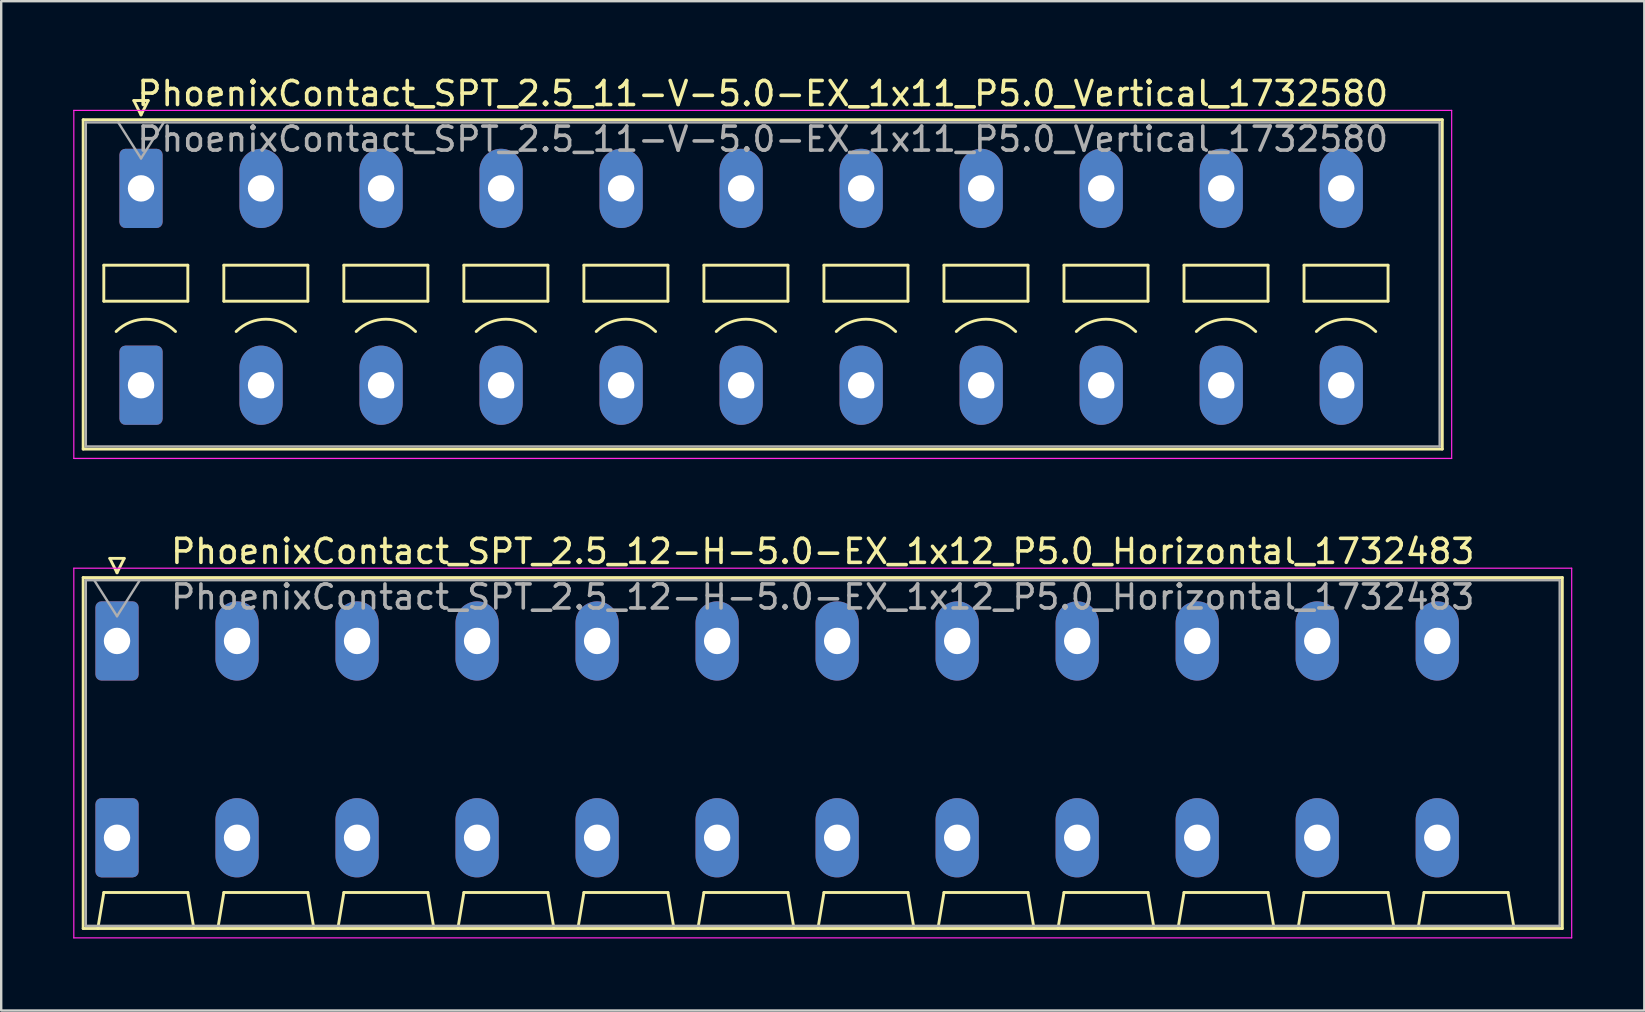
<source format=kicad_pcb>
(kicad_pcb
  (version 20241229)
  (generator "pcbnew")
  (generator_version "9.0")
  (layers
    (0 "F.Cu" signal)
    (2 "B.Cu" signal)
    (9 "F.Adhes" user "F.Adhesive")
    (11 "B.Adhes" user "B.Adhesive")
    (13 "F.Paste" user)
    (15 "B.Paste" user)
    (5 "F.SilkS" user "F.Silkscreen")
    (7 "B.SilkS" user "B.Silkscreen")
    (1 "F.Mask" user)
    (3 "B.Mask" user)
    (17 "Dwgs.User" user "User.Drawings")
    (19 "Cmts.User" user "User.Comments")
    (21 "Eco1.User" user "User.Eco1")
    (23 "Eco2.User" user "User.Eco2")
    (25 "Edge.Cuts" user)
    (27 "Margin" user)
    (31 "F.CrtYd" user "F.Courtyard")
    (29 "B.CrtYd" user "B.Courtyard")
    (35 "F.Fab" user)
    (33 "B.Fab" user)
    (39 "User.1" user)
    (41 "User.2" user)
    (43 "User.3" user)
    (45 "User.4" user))
  (footprint "PhoenixContact_SPT_2.5_12-H-5.0-EX_1x12_P5.0_Horizontal_1732483"
    (layer "F.Cu")
    (at 1.825 23.651)
    (property "Reference" "PhoenixContact_SPT_2.5_12-H-5.0-EX_1x12_P5.0_Horizontal_1732483" (at 29.4 -3.73 0) (layer "F.SilkS") (effects (font (size 1 1) (thickness 0.15))))
    (attr through_hole)
    (fp_line (start -1.41 -2.64) (end 60.21 -2.64) (stroke (width 0.12) (type solid)) (layer "F.SilkS"))
    (fp_line (start -1.41 11.98) (end -1.41 -2.64) (stroke (width 0.12) (type solid)) (layer "F.SilkS"))
    (fp_line (start -0.8 11.98) (end -0.55 10.48) (stroke (width 0.12) (type solid)) (layer "F.SilkS"))
    (fp_line (start -0.55 10.48) (end 2.95 10.48) (stroke (width 0.12) (type solid)) (layer "F.SilkS"))
    (fp_line (start -0.3 -3.44) (end 0 -2.84) (stroke (width 0.12) (type solid)) (layer "F.SilkS"))
    (fp_line (start -0.3 -3.44) (end 0.3 -3.44) (stroke (width 0.12) (type solid)) (layer "F.SilkS"))
    (fp_line (start 0.3 -3.44) (end 0 -2.84) (stroke (width 0.12) (type solid)) (layer "F.SilkS"))
    (fp_line (start 3.2 11.98) (end 2.95 10.48) (stroke (width 0.12) (type solid)) (layer "F.SilkS"))
    (fp_line (start 4.2 11.98) (end 4.45 10.48) (stroke (width 0.12) (type solid)) (layer "F.SilkS"))
    (fp_line (start 4.45 10.48) (end 7.95 10.48) (stroke (width 0.12) (type solid)) (layer "F.SilkS"))
    (fp_line (start 8.2 11.98) (end 7.95 10.48) (stroke (width 0.12) (type solid)) (layer "F.SilkS"))
    (fp_line (start 9.2 11.98) (end 9.45 10.48) (stroke (width 0.12) (type solid)) (layer "F.SilkS"))
    (fp_line (start 9.45 10.48) (end 12.95 10.48) (stroke (width 0.12) (type solid)) (layer "F.SilkS"))
    (fp_line (start 13.2 11.98) (end 12.95 10.48) (stroke (width 0.12) (type solid)) (layer "F.SilkS"))
    (fp_line (start 14.2 11.98) (end 14.45 10.48) (stroke (width 0.12) (type solid)) (layer "F.SilkS"))
    (fp_line (start 14.45 10.48) (end 17.95 10.48) (stroke (width 0.12) (type solid)) (layer "F.SilkS"))
    (fp_line (start 18.2 11.98) (end 17.95 10.48) (stroke (width 0.12) (type solid)) (layer "F.SilkS"))
    (fp_line (start 19.2 11.98) (end 19.45 10.48) (stroke (width 0.12) (type solid)) (layer "F.SilkS"))
    (fp_line (start 19.45 10.48) (end 22.95 10.48) (stroke (width 0.12) (type solid)) (layer "F.SilkS"))
    (fp_line (start 23.2 11.98) (end 22.95 10.48) (stroke (width 0.12) (type solid)) (layer "F.SilkS"))
    (fp_line (start 24.2 11.98) (end 24.45 10.48) (stroke (width 0.12) (type solid)) (layer "F.SilkS"))
    (fp_line (start 24.45 10.48) (end 27.95 10.48) (stroke (width 0.12) (type solid)) (layer "F.SilkS"))
    (fp_line (start 28.2 11.98) (end 27.95 10.48) (stroke (width 0.12) (type solid)) (layer "F.SilkS"))
    (fp_line (start 29.2 11.98) (end 29.45 10.48) (stroke (width 0.12) (type solid)) (layer "F.SilkS"))
    (fp_line (start 29.45 10.48) (end 32.95 10.48) (stroke (width 0.12) (type solid)) (layer "F.SilkS"))
    (fp_line (start 33.2 11.98) (end 32.95 10.48) (stroke (width 0.12) (type solid)) (layer "F.SilkS"))
    (fp_line (start 34.2 11.98) (end 34.45 10.48) (stroke (width 0.12) (type solid)) (layer "F.SilkS"))
    (fp_line (start 34.45 10.48) (end 37.95 10.48) (stroke (width 0.12) (type solid)) (layer "F.SilkS"))
    (fp_line (start 38.2 11.98) (end 37.95 10.48) (stroke (width 0.12) (type solid)) (layer "F.SilkS"))
    (fp_line (start 39.2 11.98) (end 39.45 10.48) (stroke (width 0.12) (type solid)) (layer "F.SilkS"))
    (fp_line (start 39.45 10.48) (end 42.95 10.48) (stroke (width 0.12) (type solid)) (layer "F.SilkS"))
    (fp_line (start 43.2 11.98) (end 42.95 10.48) (stroke (width 0.12) (type solid)) (layer "F.SilkS"))
    (fp_line (start 44.2 11.98) (end 44.45 10.48) (stroke (width 0.12) (type solid)) (layer "F.SilkS"))
    (fp_line (start 44.45 10.48) (end 47.95 10.48) (stroke (width 0.12) (type solid)) (layer "F.SilkS"))
    (fp_line (start 48.2 11.98) (end 47.95 10.48) (stroke (width 0.12) (type solid)) (layer "F.SilkS"))
    (fp_line (start 49.2 11.98) (end 49.45 10.48) (stroke (width 0.12) (type solid)) (layer "F.SilkS"))
    (fp_line (start 49.45 10.48) (end 52.95 10.48) (stroke (width 0.12) (type solid)) (layer "F.SilkS"))
    (fp_line (start 53.2 11.98) (end 52.95 10.48) (stroke (width 0.12) (type solid)) (layer "F.SilkS"))
    (fp_line (start 54.2 11.98) (end 54.45 10.48) (stroke (width 0.12) (type solid)) (layer "F.SilkS"))
    (fp_line (start 54.45 10.48) (end 57.95 10.48) (stroke (width 0.12) (type solid)) (layer "F.SilkS"))
    (fp_line (start 58.2 11.98) (end 57.95 10.48) (stroke (width 0.12) (type solid)) (layer "F.SilkS"))
    (fp_line (start 60.21 -2.64) (end 60.21 11.98) (stroke (width 0.12) (type solid)) (layer "F.SilkS"))
    (fp_line (start 60.21 11.98) (end -1.41 11.98) (stroke (width 0.12) (type solid)) (layer "F.SilkS"))
    (fp_line (start -1.8 -3.03) (end -1.8 12.37) (stroke (width 0.05) (type solid)) (layer "F.CrtYd"))
    (fp_line (start -1.8 12.37) (end 60.6 12.37) (stroke (width 0.05) (type solid)) (layer "F.CrtYd"))
    (fp_line (start 60.6 -3.03) (end -1.8 -3.03) (stroke (width 0.05) (type solid)) (layer "F.CrtYd"))
    (fp_line (start 60.6 12.37) (end 60.6 -3.03) (stroke (width 0.05) (type solid)) (layer "F.CrtYd"))
    (fp_line (start -1.3 -2.53) (end -1.3 11.87) (stroke (width 0.1) (type solid)) (layer "F.Fab"))
    (fp_line (start -1.3 11.87) (end 60.1 11.87) (stroke (width 0.1) (type solid)) (layer "F.Fab"))
    (fp_line (start -0.95 -2.53) (end 0 -1.03) (stroke (width 0.1) (type solid)) (layer "F.Fab"))
    (fp_line (start 0.95 -2.53) (end 0 -1.03) (stroke (width 0.1) (type solid)) (layer "F.Fab"))
    (fp_line (start 60.1 -2.53) (end -1.3 -2.53) (stroke (width 0.1) (type solid)) (layer "F.Fab"))
    (fp_line (start 60.1 11.87) (end 60.1 -2.53) (stroke (width 0.1) (type solid)) (layer "F.Fab"))
    (fp_text user "${REFERENCE}" (at 29.4 -1.83 0) (layer "F.Fab") (effects (font (size 1 1) (thickness 0.15))))
    (pad "1" thru_hole roundrect (at 0 0) (size 1.8 3.3) (drill 1.1) (layers "*.Cu" "*.Mask") (roundrect_rratio 0.139))
    (pad "1" thru_hole roundrect (at 0 8.2) (size 1.8 3.3) (drill 1.1) (layers "*.Cu" "*.Mask") (roundrect_rratio 0.139))
    (pad "2" thru_hole oval (at 5 0) (size 1.8 3.3) (drill 1.1) (layers "*.Cu" "*.Mask"))
    (pad "2" thru_hole oval (at 5 8.2) (size 1.8 3.3) (drill 1.1) (layers "*.Cu" "*.Mask"))
    (pad "3" thru_hole oval (at 10 0) (size 1.8 3.3) (drill 1.1) (layers "*.Cu" "*.Mask"))
    (pad "3" thru_hole oval (at 10 8.2) (size 1.8 3.3) (drill 1.1) (layers "*.Cu" "*.Mask"))
    (pad "4" thru_hole oval (at 15 0) (size 1.8 3.3) (drill 1.1) (layers "*.Cu" "*.Mask"))
    (pad "4" thru_hole oval (at 15 8.2) (size 1.8 3.3) (drill 1.1) (layers "*.Cu" "*.Mask"))
    (pad "5" thru_hole oval (at 20 0) (size 1.8 3.3) (drill 1.1) (layers "*.Cu" "*.Mask"))
    (pad "5" thru_hole oval (at 20 8.2) (size 1.8 3.3) (drill 1.1) (layers "*.Cu" "*.Mask"))
    (pad "6" thru_hole oval (at 25 0) (size 1.8 3.3) (drill 1.1) (layers "*.Cu" "*.Mask"))
    (pad "6" thru_hole oval (at 25 8.2) (size 1.8 3.3) (drill 1.1) (layers "*.Cu" "*.Mask"))
    (pad "7" thru_hole oval (at 30 0) (size 1.8 3.3) (drill 1.1) (layers "*.Cu" "*.Mask"))
    (pad "7" thru_hole oval (at 30 8.2) (size 1.8 3.3) (drill 1.1) (layers "*.Cu" "*.Mask"))
    (pad "8" thru_hole oval (at 35 0) (size 1.8 3.3) (drill 1.1) (layers "*.Cu" "*.Mask"))
    (pad "8" thru_hole oval (at 35 8.2) (size 1.8 3.3) (drill 1.1) (layers "*.Cu" "*.Mask"))
    (pad "9" thru_hole oval (at 40 0) (size 1.8 3.3) (drill 1.1) (layers "*.Cu" "*.Mask"))
    (pad "9" thru_hole oval (at 40 8.2) (size 1.8 3.3) (drill 1.1) (layers "*.Cu" "*.Mask"))
    (pad "10" thru_hole oval (at 45 0) (size 1.8 3.3) (drill 1.1) (layers "*.Cu" "*.Mask"))
    (pad "10" thru_hole oval (at 45 8.2) (size 1.8 3.3) (drill 1.1) (layers "*.Cu" "*.Mask"))
    (pad "11" thru_hole oval (at 50 0) (size 1.8 3.3) (drill 1.1) (layers "*.Cu" "*.Mask"))
    (pad "11" thru_hole oval (at 50 8.2) (size 1.8 3.3) (drill 1.1) (layers "*.Cu" "*.Mask"))
    (pad "12" thru_hole oval (at 55 0) (size 1.8 3.3) (drill 1.1) (layers "*.Cu" "*.Mask"))
    (pad "12" thru_hole oval (at 55 8.2) (size 1.8 3.3) (drill 1.1) (layers "*.Cu" "*.Mask")))
  (footprint "PhoenixContact_SPT_2.5_11-V-5.0-EX_1x11_P5.0_Vertical_1732580"
    (layer "F.Cu")
    (at 2.825 4.798)
    (property "Reference" "PhoenixContact_SPT_2.5_11-V-5.0-EX_1x11_P5.0_Vertical_1732580" (at 25.9 -3.95 0) (layer "F.SilkS") (effects (font (size 1 1) (thickness 0.15))))
    (attr through_hole)
    (fp_line (start -2.41 -2.86) (end 54.21 -2.86) (stroke (width 0.12) (type solid)) (layer "F.SilkS"))
    (fp_line (start -2.41 10.86) (end -2.41 -2.86) (stroke (width 0.12) (type solid)) (layer "F.SilkS"))
    (fp_line (start -1.55 3.2) (end -1.55 4.7) (stroke (width 0.12) (type solid)) (layer "F.SilkS"))
    (fp_line (start -1.55 4.7) (end 1.95 4.7) (stroke (width 0.12) (type solid)) (layer "F.SilkS"))
    (fp_line (start -0.3 -3.66) (end 0 -3.06) (stroke (width 0.12) (type solid)) (layer "F.SilkS"))
    (fp_line (start -0.3 -3.66) (end 0.3 -3.66) (stroke (width 0.12) (type solid)) (layer "F.SilkS"))
    (fp_line (start 0.3 -3.66) (end 0 -3.06) (stroke (width 0.12) (type solid)) (layer "F.SilkS"))
    (fp_line (start 1.95 3.2) (end -1.55 3.2) (stroke (width 0.12) (type solid)) (layer "F.SilkS"))
    (fp_line (start 1.95 4.7) (end 1.95 3.2) (stroke (width 0.12) (type solid)) (layer "F.SilkS"))
    (fp_line (start 3.45 3.2) (end 3.45 4.7) (stroke (width 0.12) (type solid)) (layer "F.SilkS"))
    (fp_line (start 3.45 4.7) (end 6.95 4.7) (stroke (width 0.12) (type solid)) (layer "F.SilkS"))
    (fp_line (start 6.95 3.2) (end 3.45 3.2) (stroke (width 0.12) (type solid)) (layer "F.SilkS"))
    (fp_line (start 6.95 4.7) (end 6.95 3.2) (stroke (width 0.12) (type solid)) (layer "F.SilkS"))
    (fp_line (start 8.45 3.2) (end 8.45 4.7) (stroke (width 0.12) (type solid)) (layer "F.SilkS"))
    (fp_line (start 8.45 4.7) (end 11.95 4.7) (stroke (width 0.12) (type solid)) (layer "F.SilkS"))
    (fp_line (start 11.95 3.2) (end 8.45 3.2) (stroke (width 0.12) (type solid)) (layer "F.SilkS"))
    (fp_line (start 11.95 4.7) (end 11.95 3.2) (stroke (width 0.12) (type solid)) (layer "F.SilkS"))
    (fp_line (start 13.45 3.2) (end 13.45 4.7) (stroke (width 0.12) (type solid)) (layer "F.SilkS"))
    (fp_line (start 13.45 4.7) (end 16.95 4.7) (stroke (width 0.12) (type solid)) (layer "F.SilkS"))
    (fp_line (start 16.95 3.2) (end 13.45 3.2) (stroke (width 0.12) (type solid)) (layer "F.SilkS"))
    (fp_line (start 16.95 4.7) (end 16.95 3.2) (stroke (width 0.12) (type solid)) (layer "F.SilkS"))
    (fp_line (start 18.45 3.2) (end 18.45 4.7) (stroke (width 0.12) (type solid)) (layer "F.SilkS"))
    (fp_line (start 18.45 4.7) (end 21.95 4.7) (stroke (width 0.12) (type solid)) (layer "F.SilkS"))
    (fp_line (start 21.95 3.2) (end 18.45 3.2) (stroke (width 0.12) (type solid)) (layer "F.SilkS"))
    (fp_line (start 21.95 4.7) (end 21.95 3.2) (stroke (width 0.12) (type solid)) (layer "F.SilkS"))
    (fp_line (start 23.45 3.2) (end 23.45 4.7) (stroke (width 0.12) (type solid)) (layer "F.SilkS"))
    (fp_line (start 23.45 4.7) (end 26.95 4.7) (stroke (width 0.12) (type solid)) (layer "F.SilkS"))
    (fp_line (start 26.95 3.2) (end 23.45 3.2) (stroke (width 0.12) (type solid)) (layer "F.SilkS"))
    (fp_line (start 26.95 4.7) (end 26.95 3.2) (stroke (width 0.12) (type solid)) (layer "F.SilkS"))
    (fp_line (start 28.45 3.2) (end 28.45 4.7) (stroke (width 0.12) (type solid)) (layer "F.SilkS"))
    (fp_line (start 28.45 4.7) (end 31.95 4.7) (stroke (width 0.12) (type solid)) (layer "F.SilkS"))
    (fp_line (start 31.95 3.2) (end 28.45 3.2) (stroke (width 0.12) (type solid)) (layer "F.SilkS"))
    (fp_line (start 31.95 4.7) (end 31.95 3.2) (stroke (width 0.12) (type solid)) (layer "F.SilkS"))
    (fp_line (start 33.45 3.2) (end 33.45 4.7) (stroke (width 0.12) (type solid)) (layer "F.SilkS"))
    (fp_line (start 33.45 4.7) (end 36.95 4.7) (stroke (width 0.12) (type solid)) (layer "F.SilkS"))
    (fp_line (start 36.95 3.2) (end 33.45 3.2) (stroke (width 0.12) (type solid)) (layer "F.SilkS"))
    (fp_line (start 36.95 4.7) (end 36.95 3.2) (stroke (width 0.12) (type solid)) (layer "F.SilkS"))
    (fp_line (start 38.45 3.2) (end 38.45 4.7) (stroke (width 0.12) (type solid)) (layer "F.SilkS"))
    (fp_line (start 38.45 4.7) (end 41.95 4.7) (stroke (width 0.12) (type solid)) (layer "F.SilkS"))
    (fp_line (start 41.95 3.2) (end 38.45 3.2) (stroke (width 0.12) (type solid)) (layer "F.SilkS"))
    (fp_line (start 41.95 4.7) (end 41.95 3.2) (stroke (width 0.12) (type solid)) (layer "F.SilkS"))
    (fp_line (start 43.45 3.2) (end 43.45 4.7) (stroke (width 0.12) (type solid)) (layer "F.SilkS"))
    (fp_line (start 43.45 4.7) (end 46.95 4.7) (stroke (width 0.12) (type solid)) (layer "F.SilkS"))
    (fp_line (start 46.95 3.2) (end 43.45 3.2) (stroke (width 0.12) (type solid)) (layer "F.SilkS"))
    (fp_line (start 46.95 4.7) (end 46.95 3.2) (stroke (width 0.12) (type solid)) (layer "F.SilkS"))
    (fp_line (start 48.45 3.2) (end 48.45 4.7) (stroke (width 0.12) (type solid)) (layer "F.SilkS"))
    (fp_line (start 48.45 4.7) (end 51.95 4.7) (stroke (width 0.12) (type solid)) (layer "F.SilkS"))
    (fp_line (start 51.95 3.2) (end 48.45 3.2) (stroke (width 0.12) (type solid)) (layer "F.SilkS"))
    (fp_line (start 51.95 4.7) (end 51.95 3.2) (stroke (width 0.12) (type solid)) (layer "F.SilkS"))
    (fp_line (start 54.21 -2.86) (end 54.21 10.86) (stroke (width 0.12) (type solid)) (layer "F.SilkS"))
    (fp_line (start 54.21 10.86) (end -2.41 10.86) (stroke (width 0.12) (type solid)) (layer "F.SilkS"))
    (fp_arc (start -1.037437 5.962563) (mid 0.2 5.45) (end 1.437437 5.962563) (stroke (width 0.12) (type solid)) (layer "F.SilkS"))
    (fp_arc (start 3.962563 5.962563) (mid 5.2 5.45) (end 6.437437 5.962563) (stroke (width 0.12) (type solid)) (layer "F.SilkS"))
    (fp_arc (start 8.962563 5.962563) (mid 10.2 5.45) (end 11.437437 5.962563) (stroke (width 0.12) (type solid)) (layer "F.SilkS"))
    (fp_arc (start 13.962563 5.962563) (mid 15.2 5.45) (end 16.437437 5.962563) (stroke (width 0.12) (type solid)) (layer "F.SilkS"))
    (fp_arc (start 18.962563 5.962563) (mid 20.2 5.45) (end 21.437437 5.962563) (stroke (width 0.12) (type solid)) (layer "F.SilkS"))
    (fp_arc (start 23.962563 5.962563) (mid 25.2 5.45) (end 26.437437 5.962563) (stroke (width 0.12) (type solid)) (layer "F.SilkS"))
    (fp_arc (start 28.962563 5.962563) (mid 30.2 5.45) (end 31.437437 5.962563) (stroke (width 0.12) (type solid)) (layer "F.SilkS"))
    (fp_arc (start 33.962563 5.962563) (mid 35.2 5.45) (end 36.437437 5.962563) (stroke (width 0.12) (type solid)) (layer "F.SilkS"))
    (fp_arc (start 38.962563 5.962563) (mid 40.2 5.45) (end 41.437437 5.962563) (stroke (width 0.12) (type solid)) (layer "F.SilkS"))
    (fp_arc (start 43.962563 5.962563) (mid 45.2 5.45) (end 46.437437 5.962563) (stroke (width 0.12) (type solid)) (layer "F.SilkS"))
    (fp_arc (start 48.962563 5.962563) (mid 50.2 5.45) (end 51.437437 5.962563) (stroke (width 0.12) (type solid)) (layer "F.SilkS"))
    (fp_line (start -2.8 -3.25) (end -2.8 11.25) (stroke (width 0.05) (type solid)) (layer "F.CrtYd"))
    (fp_line (start -2.8 11.25) (end 54.6 11.25) (stroke (width 0.05) (type solid)) (layer "F.CrtYd"))
    (fp_line (start 54.6 -3.25) (end -2.8 -3.25) (stroke (width 0.05) (type solid)) (layer "F.CrtYd"))
    (fp_line (start 54.6 11.25) (end 54.6 -3.25) (stroke (width 0.05) (type solid)) (layer "F.CrtYd"))
    (fp_line (start -2.3 -2.75) (end -2.3 10.75) (stroke (width 0.1) (type solid)) (layer "F.Fab"))
    (fp_line (start -2.3 10.75) (end 54.1 10.75) (stroke (width 0.1) (type solid)) (layer "F.Fab"))
    (fp_line (start -0.95 -2.75) (end 0 -1.25) (stroke (width 0.1) (type solid)) (layer "F.Fab"))
    (fp_line (start 0.95 -2.75) (end 0 -1.25) (stroke (width 0.1) (type solid)) (layer "F.Fab"))
    (fp_line (start 54.1 -2.75) (end -2.3 -2.75) (stroke (width 0.1) (type solid)) (layer "F.Fab"))
    (fp_line (start 54.1 10.75) (end 54.1 -2.75) (stroke (width 0.1) (type solid)) (layer "F.Fab"))
    (fp_text user "${REFERENCE}" (at 25.9 -2.05 0) (layer "F.Fab") (effects (font (size 1 1) (thickness 0.15))))
    (pad "1" thru_hole roundrect (at 0 0) (size 1.8 3.3) (drill 1.1) (layers "*.Cu" "*.Mask") (roundrect_rratio 0.139))
    (pad "1" thru_hole roundrect (at 0 8.2) (size 1.8 3.3) (drill 1.1) (layers "*.Cu" "*.Mask") (roundrect_rratio 0.139))
    (pad "2" thru_hole oval (at 5 0) (size 1.8 3.3) (drill 1.1) (layers "*.Cu" "*.Mask"))
    (pad "2" thru_hole oval (at 5 8.2) (size 1.8 3.3) (drill 1.1) (layers "*.Cu" "*.Mask"))
    (pad "3" thru_hole oval (at 10 0) (size 1.8 3.3) (drill 1.1) (layers "*.Cu" "*.Mask"))
    (pad "3" thru_hole oval (at 10 8.2) (size 1.8 3.3) (drill 1.1) (layers "*.Cu" "*.Mask"))
    (pad "4" thru_hole oval (at 15 0) (size 1.8 3.3) (drill 1.1) (layers "*.Cu" "*.Mask"))
    (pad "4" thru_hole oval (at 15 8.2) (size 1.8 3.3) (drill 1.1) (layers "*.Cu" "*.Mask"))
    (pad "5" thru_hole oval (at 20 0) (size 1.8 3.3) (drill 1.1) (layers "*.Cu" "*.Mask"))
    (pad "5" thru_hole oval (at 20 8.2) (size 1.8 3.3) (drill 1.1) (layers "*.Cu" "*.Mask"))
    (pad "6" thru_hole oval (at 25 0) (size 1.8 3.3) (drill 1.1) (layers "*.Cu" "*.Mask"))
    (pad "6" thru_hole oval (at 25 8.2) (size 1.8 3.3) (drill 1.1) (layers "*.Cu" "*.Mask"))
    (pad "7" thru_hole oval (at 30 0) (size 1.8 3.3) (drill 1.1) (layers "*.Cu" "*.Mask"))
    (pad "7" thru_hole oval (at 30 8.2) (size 1.8 3.3) (drill 1.1) (layers "*.Cu" "*.Mask"))
    (pad "8" thru_hole oval (at 35 0) (size 1.8 3.3) (drill 1.1) (layers "*.Cu" "*.Mask"))
    (pad "8" thru_hole oval (at 35 8.2) (size 1.8 3.3) (drill 1.1) (layers "*.Cu" "*.Mask"))
    (pad "9" thru_hole oval (at 40 0) (size 1.8 3.3) (drill 1.1) (layers "*.Cu" "*.Mask"))
    (pad "9" thru_hole oval (at 40 8.2) (size 1.8 3.3) (drill 1.1) (layers "*.Cu" "*.Mask"))
    (pad "10" thru_hole oval (at 45 0) (size 1.8 3.3) (drill 1.1) (layers "*.Cu" "*.Mask"))
    (pad "10" thru_hole oval (at 45 8.2) (size 1.8 3.3) (drill 1.1) (layers "*.Cu" "*.Mask"))
    (pad "11" thru_hole oval (at 50 0) (size 1.8 3.3) (drill 1.1) (layers "*.Cu" "*.Mask"))
    (pad "11" thru_hole oval (at 50 8.2) (size 1.8 3.3) (drill 1.1) (layers "*.Cu" "*.Mask")))
  (gr_rect
    (start -3 -3)
    (end 65.45 39.047)
    (stroke (width 0.1) (type default))
    (fill no)
    (layer "Edge.Cuts")))
</source>
